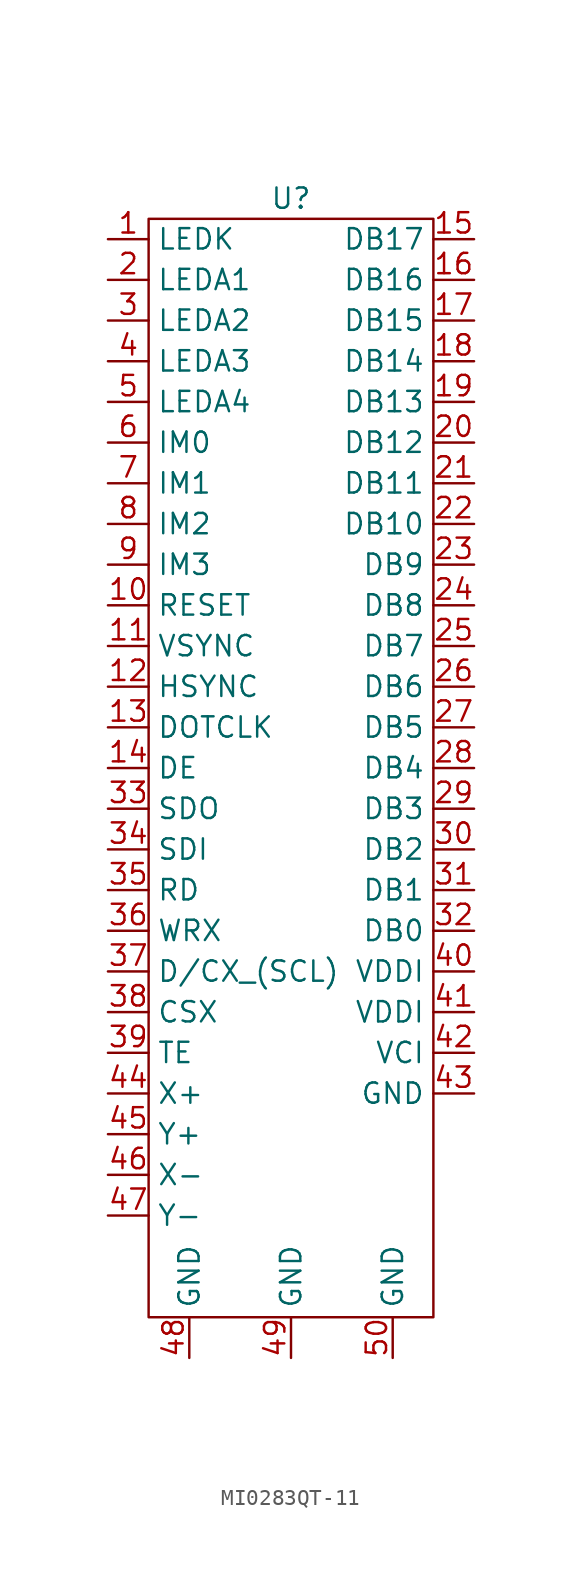
<source format=kicad_sym>
(kicad_symbol_lib
  (version 20220914)
  (generator kicad_symbol_editor)
  (symbol "MI0283QT-11"
    (property "Reference" "U"
      (at 0 0 0)
      (effects (font (size 1.27 1.27))))
    (property "Value" ""
      (at 0 0 0)
      (effects (font (size 1.27 1.27))))
    (symbol "MI0283QT-11_0_1"
      (rectangle (start -8.89 -1.27) (end 8.89 -69.85) (stroke (width 0) (type default)) (fill (type none))))
    (symbol "MI0283QT-11_1_1"
      (pin input line (at -11.43 -2.54 0) (length 2.54) (name "LEDK" (effects (font (size 1.27 1.27)))) (number "1" (effects (font (size 1.27 1.27)))))
      (pin input line (at -11.43 -25.4 0) (length 2.54) (name "RESET" (effects (font (size 1.27 1.27)))) (number "10" (effects (font (size 1.27 1.27)))))
      (pin bidirectional line (at -11.43 -27.94 0) (length 2.54) (name "VSYNC" (effects (font (size 1.27 1.27)))) (number "11" (effects (font (size 1.27 1.27)))))
      (pin bidirectional line (at -11.43 -30.48 0) (length 2.54) (name "HSYNC" (effects (font (size 1.27 1.27)))) (number "12" (effects (font (size 1.27 1.27)))))
      (pin bidirectional line (at -11.43 -33.02 0) (length 2.54) (name "DOTCLK" (effects (font (size 1.27 1.27)))) (number "13" (effects (font (size 1.27 1.27)))))
      (pin bidirectional line (at -11.43 -35.56 0) (length 2.54) (name "DE" (effects (font (size 1.27 1.27)))) (number "14" (effects (font (size 1.27 1.27)))))
      (pin bidirectional line (at 11.43 -2.54 180) (length 2.54) (name "DB17" (effects (font (size 1.27 1.27)))) (number "15" (effects (font (size 1.27 1.27)))))
      (pin bidirectional line (at 11.43 -5.08 180) (length 2.54) (name "DB16" (effects (font (size 1.27 1.27)))) (number "16" (effects (font (size 1.27 1.27)))))
      (pin bidirectional line (at 11.43 -7.62 180) (length 2.54) (name "DB15" (effects (font (size 1.27 1.27)))) (number "17" (effects (font (size 1.27 1.27)))))
      (pin input line (at 11.43 -10.16 180) (length 2.54) (name "DB14" (effects (font (size 1.27 1.27)))) (number "18" (effects (font (size 1.27 1.27)))))
      (pin input line (at 11.43 -12.7 180) (length 2.54) (name "DB13" (effects (font (size 1.27 1.27)))) (number "19" (effects (font (size 1.27 1.27)))))
      (pin input line (at -11.43 -5.08 0) (length 2.54) (name "LEDA1" (effects (font (size 1.27 1.27)))) (number "2" (effects (font (size 1.27 1.27)))))
      (pin input line (at 11.43 -15.24 180) (length 2.54) (name "DB12" (effects (font (size 1.27 1.27)))) (number "20" (effects (font (size 1.27 1.27)))))
      (pin input line (at 11.43 -17.78 180) (length 2.54) (name "DB11" (effects (font (size 1.27 1.27)))) (number "21" (effects (font (size 1.27 1.27)))))
      (pin input line (at 11.43 -20.32 180) (length 2.54) (name "DB10" (effects (font (size 1.27 1.27)))) (number "22" (effects (font (size 1.27 1.27)))))
      (pin input line (at 11.43 -22.86 180) (length 2.54) (name "DB9" (effects (font (size 1.27 1.27)))) (number "23" (effects (font (size 1.27 1.27)))))
      (pin input line (at 11.43 -25.4 180) (length 2.54) (name "DB8" (effects (font (size 1.27 1.27)))) (number "24" (effects (font (size 1.27 1.27)))))
      (pin input line (at 11.43 -27.94 180) (length 2.54) (name "DB7" (effects (font (size 1.27 1.27)))) (number "25" (effects (font (size 1.27 1.27)))))
      (pin input line (at 11.43 -30.48 180) (length 2.54) (name "DB6" (effects (font (size 1.27 1.27)))) (number "26" (effects (font (size 1.27 1.27)))))
      (pin input line (at 11.43 -33.02 180) (length 2.54) (name "DB5" (effects (font (size 1.27 1.27)))) (number "27" (effects (font (size 1.27 1.27)))))
      (pin input line (at 11.43 -35.56 180) (length 2.54) (name "DB4" (effects (font (size 1.27 1.27)))) (number "28" (effects (font (size 1.27 1.27)))))
      (pin input line (at 11.43 -38.1 180) (length 2.54) (name "DB3" (effects (font (size 1.27 1.27)))) (number "29" (effects (font (size 1.27 1.27)))))
      (pin input line (at -11.43 -7.62 0) (length 2.54) (name "LEDA2" (effects (font (size 1.27 1.27)))) (number "3" (effects (font (size 1.27 1.27)))))
      (pin input line (at 11.43 -40.64 180) (length 2.54) (name "DB2" (effects (font (size 1.27 1.27)))) (number "30" (effects (font (size 1.27 1.27)))))
      (pin input line (at 11.43 -43.18 180) (length 2.54) (name "DB1" (effects (font (size 1.27 1.27)))) (number "31" (effects (font (size 1.27 1.27)))))
      (pin bidirectional line (at 11.43 -45.72 180) (length 2.54) (name "DB0" (effects (font (size 1.27 1.27)))) (number "32" (effects (font (size 1.27 1.27)))))
      (pin bidirectional line (at -11.43 -38.1 0) (length 2.54) (name "SDO" (effects (font (size 1.27 1.27)))) (number "33" (effects (font (size 1.27 1.27)))))
      (pin bidirectional line (at -11.43 -40.64 0) (length 2.54) (name "SDI" (effects (font (size 1.27 1.27)))) (number "34" (effects (font (size 1.27 1.27)))))
      (pin bidirectional line (at -11.43 -43.18 0) (length 2.54) (name "RD" (effects (font (size 1.27 1.27)))) (number "35" (effects (font (size 1.27 1.27)))))
      (pin bidirectional line (at -11.43 -45.72 0) (length 2.54) (name "WRX" (effects (font (size 1.27 1.27)))) (number "36" (effects (font (size 1.27 1.27)))))
      (pin bidirectional line (at -11.43 -48.26 0) (length 2.54) (name "D/CX_(SCL)" (effects (font (size 1.27 1.27)))) (number "37" (effects (font (size 1.27 1.27)))))
      (pin bidirectional line (at -11.43 -50.8 0) (length 2.54) (name "CSX" (effects (font (size 1.27 1.27)))) (number "38" (effects (font (size 1.27 1.27)))))
      (pin bidirectional line (at -11.43 -53.34 0) (length 2.54) (name "TE" (effects (font (size 1.27 1.27)))) (number "39" (effects (font (size 1.27 1.27)))))
      (pin input line (at -11.43 -10.16 0) (length 2.54) (name "LEDA3" (effects (font (size 1.27 1.27)))) (number "4" (effects (font (size 1.27 1.27)))))
      (pin power_in line (at 11.43 -48.26 180) (length 2.54) (name "VDDI" (effects (font (size 1.27 1.27)))) (number "40" (effects (font (size 1.27 1.27)))))
      (pin power_in line (at 11.43 -50.8 180) (length 2.54) (name "VDDI" (effects (font (size 1.27 1.27)))) (number "41" (effects (font (size 1.27 1.27)))))
      (pin power_in line (at 11.43 -53.34 180) (length 2.54) (name "VCI" (effects (font (size 1.27 1.27)))) (number "42" (effects (font (size 1.27 1.27)))))
      (pin output line (at 11.43 -55.88 180) (length 2.54) (name "GND" (effects (font (size 1.27 1.27)))) (number "43" (effects (font (size 1.27 1.27)))))
      (pin output line (at -11.43 -55.88 0) (length 2.54) (name "X+" (effects (font (size 1.27 1.27)))) (number "44" (effects (font (size 1.27 1.27)))))
      (pin output line (at -11.43 -58.42 0) (length 2.54) (name "Y+" (effects (font (size 1.27 1.27)))) (number "45" (effects (font (size 1.27 1.27)))))
      (pin output line (at -11.43 -60.96 0) (length 2.54) (name "X-" (effects (font (size 1.27 1.27)))) (number "46" (effects (font (size 1.27 1.27)))))
      (pin output line (at -11.43 -63.5 0) (length 2.54) (name "Y-" (effects (font (size 1.27 1.27)))) (number "47" (effects (font (size 1.27 1.27)))))
      (pin output line (at -6.35 -72.39 90) (length 2.54) (name "GND" (effects (font (size 1.27 1.27)))) (number "48" (effects (font (size 1.27 1.27)))))
      (pin output line (at 0 -72.39 90) (length 2.54) (name "GND" (effects (font (size 1.27 1.27)))) (number "49" (effects (font (size 1.27 1.27)))))
      (pin input line (at -11.43 -12.7 0) (length 2.54) (name "LEDA4" (effects (font (size 1.27 1.27)))) (number "5" (effects (font (size 1.27 1.27)))))
      (pin output line (at 6.35 -72.39 90) (length 2.54) (name "GND" (effects (font (size 1.27 1.27)))) (number "50" (effects (font (size 1.27 1.27)))))
      (pin input line (at -11.43 -15.24 0) (length 2.54) (name "IM0" (effects (font (size 1.27 1.27)))) (number "6" (effects (font (size 1.27 1.27)))))
      (pin input line (at -11.43 -17.78 0) (length 2.54) (name "IM1" (effects (font (size 1.27 1.27)))) (number "7" (effects (font (size 1.27 1.27)))))
      (pin input line (at -11.43 -20.32 0) (length 2.54) (name "IM2" (effects (font (size 1.27 1.27)))) (number "8" (effects (font (size 1.27 1.27)))))
      (pin input line (at -11.43 -22.86 0) (length 2.54) (name "IM3" (effects (font (size 1.27 1.27)))) (number "9" (effects (font (size 1.27 1.27))))))))
</source>
